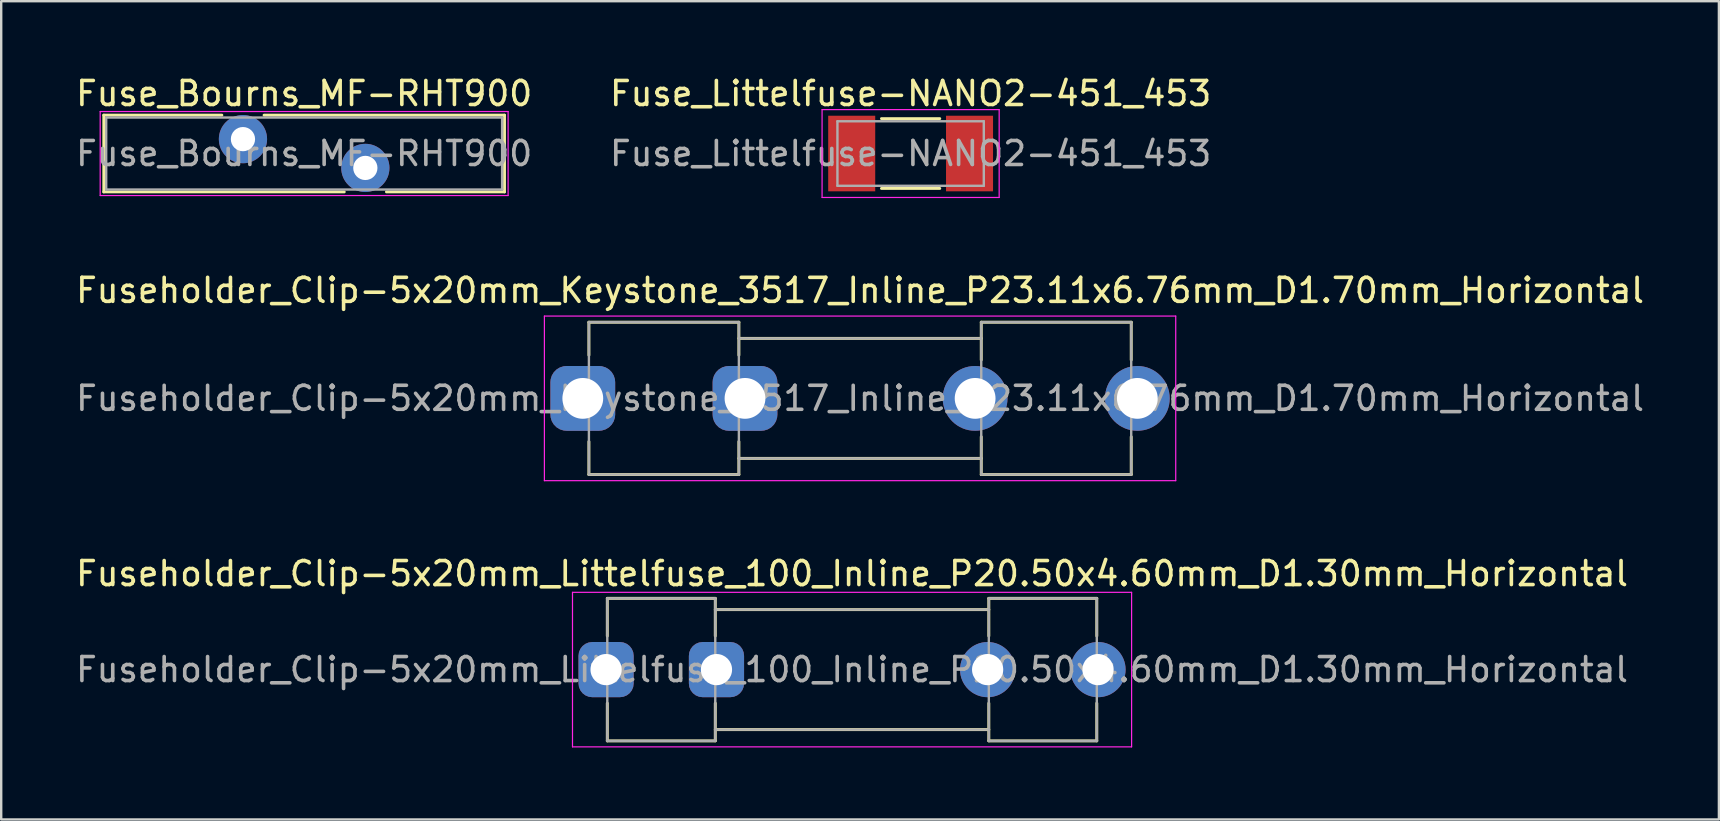
<source format=kicad_pcb>
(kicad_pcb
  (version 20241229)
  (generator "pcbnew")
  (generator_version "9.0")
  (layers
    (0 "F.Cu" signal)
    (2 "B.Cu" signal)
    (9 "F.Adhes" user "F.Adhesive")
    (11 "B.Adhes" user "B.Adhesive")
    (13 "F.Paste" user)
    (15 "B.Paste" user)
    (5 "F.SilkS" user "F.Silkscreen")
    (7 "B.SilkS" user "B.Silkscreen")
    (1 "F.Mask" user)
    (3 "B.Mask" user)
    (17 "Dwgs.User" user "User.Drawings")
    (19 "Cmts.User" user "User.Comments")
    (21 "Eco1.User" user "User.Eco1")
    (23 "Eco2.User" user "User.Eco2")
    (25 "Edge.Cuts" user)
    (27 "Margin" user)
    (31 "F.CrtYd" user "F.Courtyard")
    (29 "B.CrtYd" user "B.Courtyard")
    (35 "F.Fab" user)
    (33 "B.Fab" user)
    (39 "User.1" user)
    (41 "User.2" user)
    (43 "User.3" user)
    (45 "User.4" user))
  (footprint "Fuseholder_Clip-5x20mm_Keystone_3517_Inline_P23.11x6.76mm_D1.70mm_Horizontal"
    (layer "F.Cu")
    (at 21.237 13.552)
    (property "Reference" "Fuseholder_Clip-5x20mm_Keystone_3517_Inline_P23.11x6.76mm_D1.70mm_Horizontal" (at 11.555 -4.5 0) (layer "F.SilkS") (effects (font (size 1 1) (thickness 0.15))))
    (attr through_hole)
    (fp_line (start 0.255 -3.175) (end 0.255 -1.8) (stroke (width 0.12) (type solid)) (layer "F.SilkS"))
    (fp_line (start 0.255 3.175) (end 0.255 1.8) (stroke (width 0.12) (type solid)) (layer "F.SilkS"))
    (fp_line (start 6.505 -3.175) (end 0.255 -3.175) (stroke (width 0.12) (type solid)) (layer "F.SilkS"))
    (fp_line (start 6.505 -3.175) (end 6.505 -1.8) (stroke (width 0.12) (type solid)) (layer "F.SilkS"))
    (fp_line (start 6.505 3.175) (end 0.255 3.175) (stroke (width 0.12) (type solid)) (layer "F.SilkS"))
    (fp_line (start 6.505 3.175) (end 6.505 1.8) (stroke (width 0.12) (type solid)) (layer "F.SilkS"))
    (fp_line (start 16.605 -3.175) (end 16.605 -1.6) (stroke (width 0.12) (type solid)) (layer "F.SilkS"))
    (fp_line (start 16.605 -2.5) (end 6.505 -2.5) (stroke (width 0.12) (type solid)) (layer "F.SilkS"))
    (fp_line (start 16.605 2.5) (end 6.505 2.5) (stroke (width 0.12) (type solid)) (layer "F.SilkS"))
    (fp_line (start 16.605 3.175) (end 16.605 1.6) (stroke (width 0.12) (type solid)) (layer "F.SilkS"))
    (fp_line (start 16.605 3.175) (end 22.855 3.175) (stroke (width 0.12) (type solid)) (layer "F.SilkS"))
    (fp_line (start 22.855 -3.175) (end 16.605 -3.175) (stroke (width 0.12) (type solid)) (layer "F.SilkS"))
    (fp_line (start 22.855 -1.6) (end 22.855 -3.175) (stroke (width 0.12) (type solid)) (layer "F.SilkS"))
    (fp_line (start 22.855 1.6) (end 22.855 3.175) (stroke (width 0.12) (type solid)) (layer "F.SilkS"))
    (fp_line (start -1.6 -3.43) (end -1.6 3.43) (stroke (width 0.05) (type solid)) (layer "F.CrtYd"))
    (fp_line (start -1.6 -3.43) (end 24.71 -3.43) (stroke (width 0.05) (type solid)) (layer "F.CrtYd"))
    (fp_line (start 24.71 3.43) (end -1.6 3.43) (stroke (width 0.05) (type solid)) (layer "F.CrtYd"))
    (fp_line (start 24.71 3.43) (end 24.71 -3.43) (stroke (width 0.05) (type solid)) (layer "F.CrtYd"))
    (fp_line (start 0.255 -3.175) (end 6.505 -3.175) (stroke (width 0.1) (type solid)) (layer "F.Fab"))
    (fp_line (start 0.255 3.175) (end 0.255 -3.175) (stroke (width 0.1) (type solid)) (layer "F.Fab"))
    (fp_line (start 6.505 -3.175) (end 6.505 3.175) (stroke (width 0.1) (type solid)) (layer "F.Fab"))
    (fp_line (start 6.505 -2.5) (end 16.605 -2.5) (stroke (width 0.1) (type solid)) (layer "F.Fab"))
    (fp_line (start 6.505 3.175) (end 0.255 3.175) (stroke (width 0.1) (type solid)) (layer "F.Fab"))
    (fp_line (start 16.605 -3.175) (end 16.605 3.175) (stroke (width 0.1) (type solid)) (layer "F.Fab"))
    (fp_line (start 16.605 2.5) (end 6.505 2.5) (stroke (width 0.1) (type solid)) (layer "F.Fab"))
    (fp_line (start 16.605 3.175) (end 22.855 3.175) (stroke (width 0.1) (type solid)) (layer "F.Fab"))
    (fp_line (start 22.855 -3.175) (end 16.605 -3.175) (stroke (width 0.1) (type solid)) (layer "F.Fab"))
    (fp_line (start 22.855 3.175) (end 22.855 -3.175) (stroke (width 0.1) (type solid)) (layer "F.Fab"))
    (fp_text user "${REFERENCE}" (at 11.555 0 0) (layer "F.Fab") (effects (font (size 1 1) (thickness 0.15))))
    (pad "1" thru_hole roundrect (at 0 0) (size 2.7 2.7) (drill 1.7) (layers "*.Cu" "*.Mask") (roundrect_rratio 0.25))
    (pad "1" thru_hole roundrect (at 6.76 0) (size 2.7 2.7) (drill 1.7) (layers "*.Cu" "*.Mask") (roundrect_rratio 0.25))
    (pad "2" thru_hole circle (at 16.35 0) (size 2.7 2.7) (drill 1.7) (layers "*.Cu" "*.Mask"))
    (pad "2" thru_hole circle (at 23.11 0) (size 2.7 2.7) (drill 1.7) (layers "*.Cu" "*.Mask")))
  (footprint "Fuse_Littelfuse-NANO2-451_453"
    (layer "F.Cu")
    (at 34.899 3.348)
    (property "Reference" "Fuse_Littelfuse-NANO2-451_453" (at 0 -2.5 0) (unlocked yes) (layer "F.SilkS") (effects (font (size 1 1) (thickness 0.15))))
    (attr smd)
    (fp_line (start -1.215 -1.455) (end 1.215 -1.455) (stroke (width 0.12) (type solid)) (layer "F.SilkS"))
    (fp_line (start -1.215 1.455) (end 1.215 1.455) (stroke (width 0.12) (type solid)) (layer "F.SilkS"))
    (fp_line (start -3.69 -1.83) (end 3.69 -1.83) (stroke (width 0.05) (type solid)) (layer "F.CrtYd"))
    (fp_line (start -3.69 1.83) (end -3.69 -1.83) (stroke (width 0.05) (type solid)) (layer "F.CrtYd"))
    (fp_line (start 3.69 -1.83) (end 3.69 1.83) (stroke (width 0.05) (type solid)) (layer "F.CrtYd"))
    (fp_line (start 3.69 1.83) (end -3.69 1.83) (stroke (width 0.05) (type solid)) (layer "F.CrtYd"))
    (fp_line (start -3.05 -1.345) (end -3.05 1.345) (stroke (width 0.1) (type solid)) (layer "F.Fab"))
    (fp_line (start -3.05 -1.345) (end 3.05 -1.345) (stroke (width 0.1) (type solid)) (layer "F.Fab"))
    (fp_line (start -3.05 1.345) (end 3.05 1.345) (stroke (width 0.1) (type solid)) (layer "F.Fab"))
    (fp_line (start 3.05 1.345) (end 3.05 -1.345) (stroke (width 0.1) (type solid)) (layer "F.Fab"))
    (fp_text user "${REFERENCE}" (at 0 0 0) (layer "F.Fab") (effects (font (size 1 1) (thickness 0.15))))
    (pad "1" smd rect (at -2.455 0) (size 1.96 3.15) (layers "F.Cu" "F.Mask" "F.Paste"))
    (pad "2" smd rect (at 2.455 0) (size 1.96 3.15) (layers "F.Cu" "F.Mask" "F.Paste")))
  (footprint "Fuseholder_Clip-5x20mm_Littelfuse_100_Inline_P20.50x4.60mm_D1.30mm_Horizontal"
    (layer "F.Cu")
    (at 22.208 24.855)
    (property "Reference" "Fuseholder_Clip-5x20mm_Littelfuse_100_Inline_P20.50x4.60mm_D1.30mm_Horizontal" (at 10.25 -4 0) (layer "F.SilkS") (effects (font (size 1 1) (thickness 0.15))))
    (attr through_hole)
    (fp_line (start 0.05 -2.97) (end 0.05 -1.4) (stroke (width 0.12) (type solid)) (layer "F.SilkS"))
    (fp_line (start 0.05 2.97) (end 0.05 1.4) (stroke (width 0.12) (type solid)) (layer "F.SilkS"))
    (fp_line (start 4.55 -2.97) (end 0.05 -2.97) (stroke (width 0.12) (type solid)) (layer "F.SilkS"))
    (fp_line (start 4.55 -2.97) (end 4.55 -1.4) (stroke (width 0.12) (type solid)) (layer "F.SilkS"))
    (fp_line (start 4.55 2.97) (end 0.05 2.97) (stroke (width 0.12) (type solid)) (layer "F.SilkS"))
    (fp_line (start 4.55 2.97) (end 4.55 1.4) (stroke (width 0.12) (type solid)) (layer "F.SilkS"))
    (fp_line (start 15.95 -2.97) (end 15.95 -1.4) (stroke (width 0.12) (type solid)) (layer "F.SilkS"))
    (fp_line (start 15.95 -2.5) (end 4.55 -2.5) (stroke (width 0.12) (type solid)) (layer "F.SilkS"))
    (fp_line (start 15.95 2.5) (end 4.55 2.5) (stroke (width 0.12) (type solid)) (layer "F.SilkS"))
    (fp_line (start 15.95 2.97) (end 15.95 1.4) (stroke (width 0.12) (type solid)) (layer "F.SilkS"))
    (fp_line (start 15.95 2.97) (end 20.45 2.97) (stroke (width 0.12) (type solid)) (layer "F.SilkS"))
    (fp_line (start 20.45 -2.97) (end 15.95 -2.97) (stroke (width 0.12) (type solid)) (layer "F.SilkS"))
    (fp_line (start 20.45 -1.4) (end 20.45 -2.97) (stroke (width 0.12) (type solid)) (layer "F.SilkS"))
    (fp_line (start 20.45 1.4) (end 20.45 2.97) (stroke (width 0.12) (type solid)) (layer "F.SilkS"))
    (fp_line (start -1.4 -3.22) (end -1.4 3.22) (stroke (width 0.05) (type solid)) (layer "F.CrtYd"))
    (fp_line (start -1.4 -3.22) (end 21.9 -3.22) (stroke (width 0.05) (type solid)) (layer "F.CrtYd"))
    (fp_line (start 21.9 3.22) (end -1.4 3.22) (stroke (width 0.05) (type solid)) (layer "F.CrtYd"))
    (fp_line (start 21.9 3.22) (end 21.9 -3.22) (stroke (width 0.05) (type solid)) (layer "F.CrtYd"))
    (fp_line (start 0.05 -2.97) (end 4.55 -2.97) (stroke (width 0.1) (type solid)) (layer "F.Fab"))
    (fp_line (start 0.05 2.97) (end 0.05 -2.97) (stroke (width 0.1) (type solid)) (layer "F.Fab"))
    (fp_line (start 4.55 -2.97) (end 4.55 2.97) (stroke (width 0.1) (type solid)) (layer "F.Fab"))
    (fp_line (start 4.55 -2.5) (end 15.95 -2.5) (stroke (width 0.1) (type solid)) (layer "F.Fab"))
    (fp_line (start 4.55 2.97) (end 0.05 2.97) (stroke (width 0.1) (type solid)) (layer "F.Fab"))
    (fp_line (start 15.95 -2.97) (end 15.95 2.97) (stroke (width 0.1) (type solid)) (layer "F.Fab"))
    (fp_line (start 15.95 2.5) (end 4.55 2.5) (stroke (width 0.1) (type solid)) (layer "F.Fab"))
    (fp_line (start 15.95 2.97) (end 20.45 2.97) (stroke (width 0.1) (type solid)) (layer "F.Fab"))
    (fp_line (start 20.45 -2.97) (end 15.95 -2.97) (stroke (width 0.1) (type solid)) (layer "F.Fab"))
    (fp_line (start 20.45 2.97) (end 20.45 -2.97) (stroke (width 0.1) (type solid)) (layer "F.Fab"))
    (fp_text user "${REFERENCE}" (at 10.25 0 0) (layer "F.Fab") (effects (font (size 1 1) (thickness 0.15))))
    (pad "1" thru_hole roundrect (at 0 0) (size 2.3 2.3) (drill 1.3) (layers "*.Cu" "*.Mask") (roundrect_rratio 0.25))
    (pad "1" thru_hole roundrect (at 4.6 0) (size 2.3 2.3) (drill 1.3) (layers "*.Cu" "*.Mask") (roundrect_rratio 0.25))
    (pad "2" thru_hole circle (at 15.9 0) (size 2.3 2.3) (drill 1.3) (layers "*.Cu" "*.Mask"))
    (pad "2" thru_hole circle (at 20.5 0) (size 2.3 2.3) (drill 1.3) (layers "*.Cu" "*.Mask")))
  (footprint "Fuse_Bourns_MF-RHT900"
    (layer "F.Cu")
    (at 7.075 2.748)
    (property "Reference" "Fuse_Bourns_MF-RHT900" (at 2.55 -1.9 0) (layer "F.SilkS") (effects (font (size 1 1) (thickness 0.15))))
    (attr through_hole)
    (fp_line (start -5.8 -1) (end -5.8 2.2) (stroke (width 0.12) (type solid)) (layer "F.SilkS"))
    (fp_line (start -5.8 -1) (end -0.879 -1) (stroke (width 0.12) (type solid)) (layer "F.SilkS"))
    (fp_line (start -5.8 2.2) (end 4.222 2.2) (stroke (width 0.12) (type solid)) (layer "F.SilkS"))
    (fp_line (start 0.879 -1) (end 10.9 -1) (stroke (width 0.12) (type solid)) (layer "F.SilkS"))
    (fp_line (start 5.979 2.2) (end 10.9 2.2) (stroke (width 0.12) (type solid)) (layer "F.SilkS"))
    (fp_line (start 10.9 -1) (end 10.9 2.2) (stroke (width 0.12) (type solid)) (layer "F.SilkS"))
    (fp_line (start -5.95 -1.15) (end -5.95 2.35) (stroke (width 0.05) (type solid)) (layer "F.CrtYd"))
    (fp_line (start -5.95 2.35) (end 11.05 2.35) (stroke (width 0.05) (type solid)) (layer "F.CrtYd"))
    (fp_line (start 11.05 -1.15) (end -5.95 -1.15) (stroke (width 0.05) (type solid)) (layer "F.CrtYd"))
    (fp_line (start 11.05 2.35) (end 11.05 -1.15) (stroke (width 0.05) (type solid)) (layer "F.CrtYd"))
    (fp_line (start -5.7 -0.9) (end -5.7 2.1) (stroke (width 0.1) (type solid)) (layer "F.Fab"))
    (fp_line (start -5.7 2.1) (end 10.8 2.1) (stroke (width 0.1) (type solid)) (layer "F.Fab"))
    (fp_line (start 10.8 -0.9) (end -5.7 -0.9) (stroke (width 0.1) (type solid)) (layer "F.Fab"))
    (fp_line (start 10.8 2.1) (end 10.8 -0.9) (stroke (width 0.1) (type solid)) (layer "F.Fab"))
    (fp_text user "${REFERENCE}" (at 2.55 0.6 0) (layer "F.Fab") (effects (font (size 1 1) (thickness 0.15))))
    (pad "1" thru_hole circle (at 0 0) (size 2.01 2.01) (drill 1.01) (layers "*.Cu" "*.Mask"))
    (pad "2" thru_hole circle (at 5.1 1.2) (size 2.01 2.01) (drill 1.01) (layers "*.Cu" "*.Mask")))
  (gr_rect
    (start -3 -3)
    (end 68.583 31.1)
    (stroke (width 0.1) (type default))
    (fill no)
    (layer "Edge.Cuts")))
</source>
